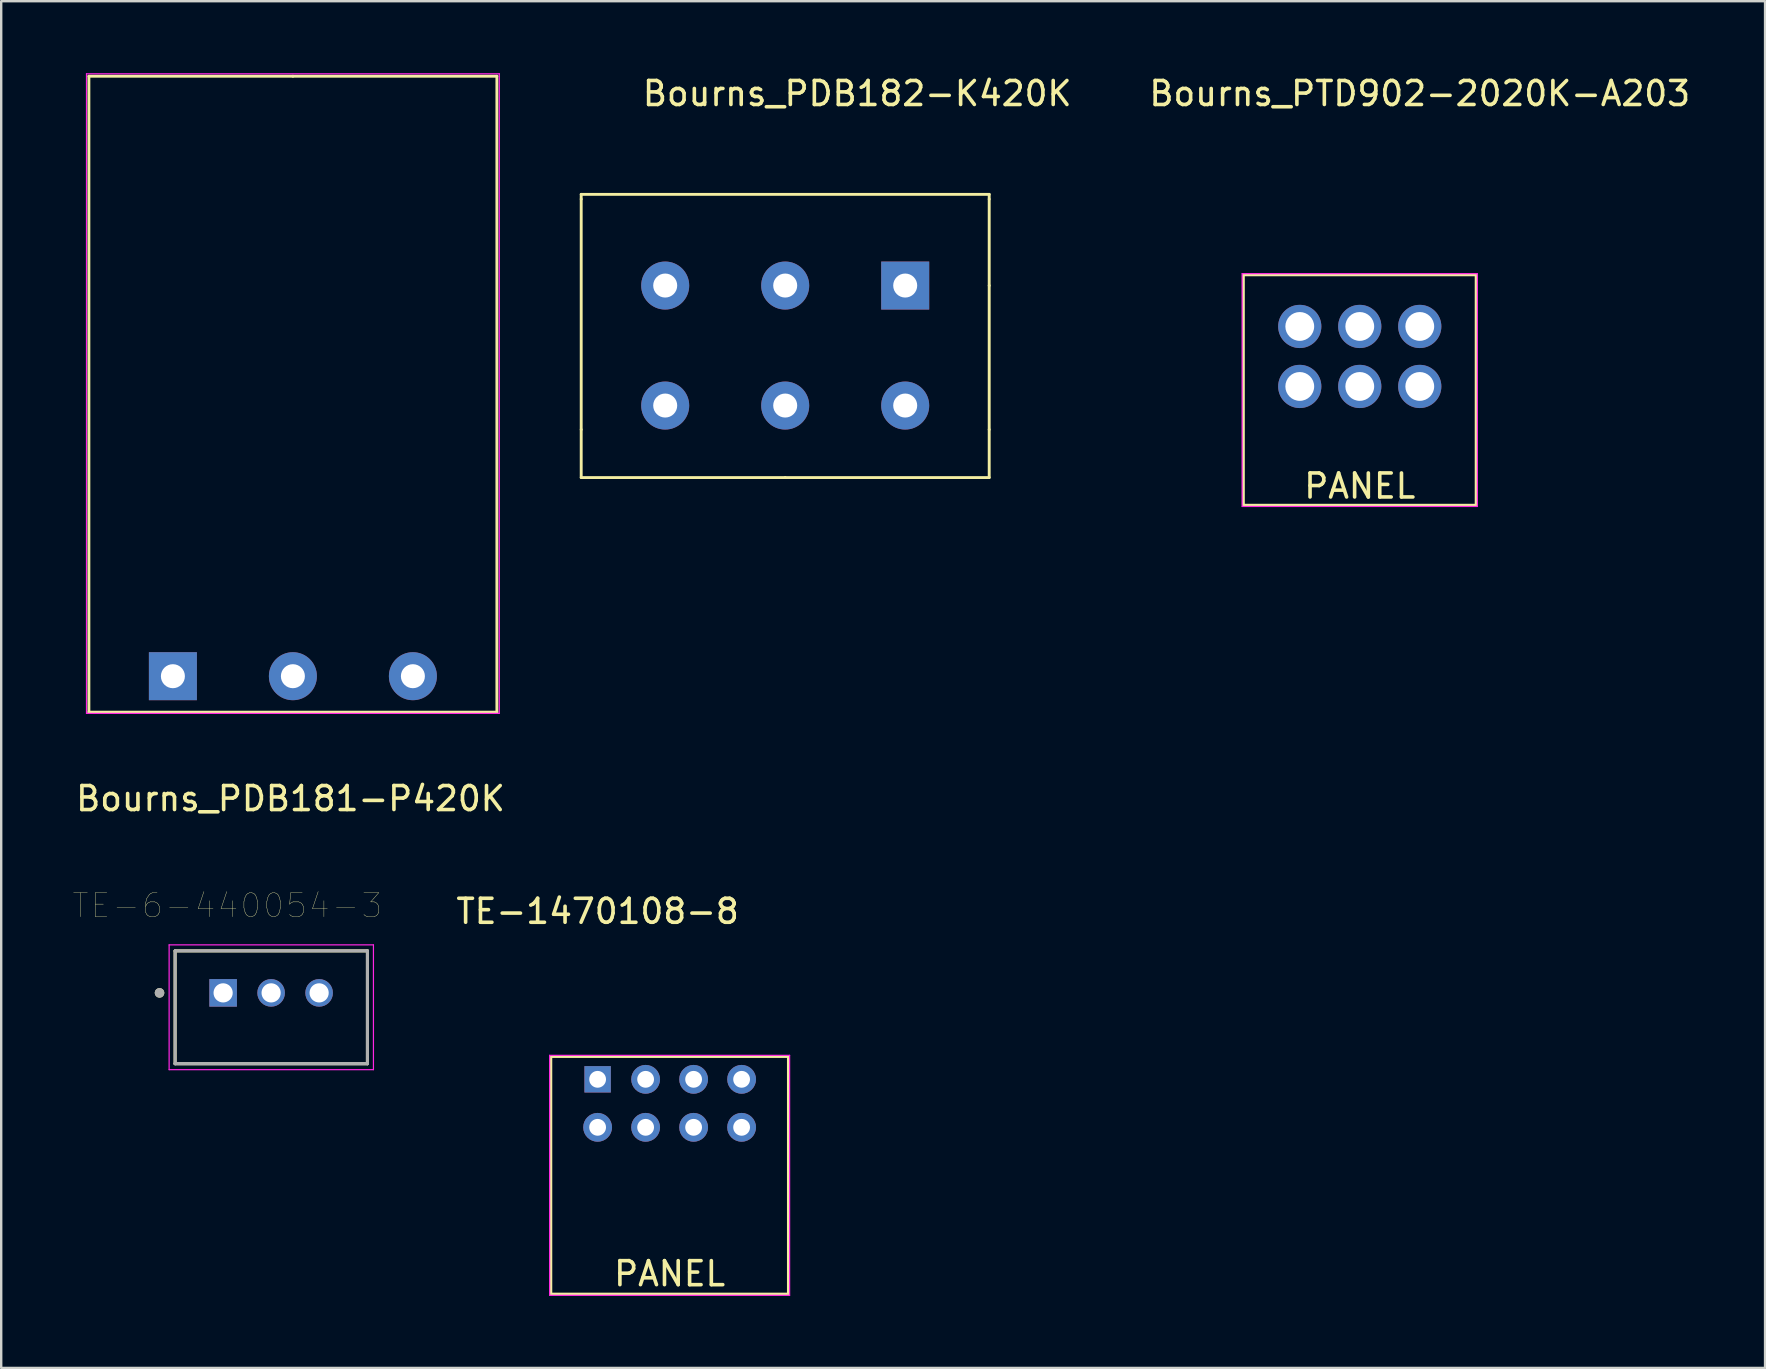
<source format=kicad_pcb>
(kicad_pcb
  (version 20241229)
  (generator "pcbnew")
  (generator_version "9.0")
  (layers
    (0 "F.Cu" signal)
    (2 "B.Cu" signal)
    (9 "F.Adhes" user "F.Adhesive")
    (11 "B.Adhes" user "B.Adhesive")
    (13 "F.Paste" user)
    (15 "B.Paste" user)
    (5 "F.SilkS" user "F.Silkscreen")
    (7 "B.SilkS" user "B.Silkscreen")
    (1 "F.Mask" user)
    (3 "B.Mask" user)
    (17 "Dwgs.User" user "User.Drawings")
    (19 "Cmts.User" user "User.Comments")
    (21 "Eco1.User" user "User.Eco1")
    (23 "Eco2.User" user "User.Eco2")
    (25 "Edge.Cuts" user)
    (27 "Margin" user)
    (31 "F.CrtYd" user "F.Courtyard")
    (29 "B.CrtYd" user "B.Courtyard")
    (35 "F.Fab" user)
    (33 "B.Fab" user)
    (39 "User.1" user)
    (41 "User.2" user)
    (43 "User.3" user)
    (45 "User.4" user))
  (footprint "TE-1470108-8"
    (layer "F.Cu")
    (at 21.851 41.922)
    (property "Reference" "TE-1470108-8" (at 0 -7 0) (layer "F.SilkS") (effects (font (size 1 1) (thickness 0.15))))
    (attr through_hole)
    (fp_line (start -1.95 -0.95) (end -1.95 8.95) (stroke (width 0.12) (type solid)) (layer "F.SilkS"))
    (fp_line (start -1.95 8.95) (end 7.95 8.95) (stroke (width 0.12) (type solid)) (layer "F.SilkS"))
    (fp_line (start 7.95 -0.95) (end -1.95 -0.95) (stroke (width 0.12) (type solid)) (layer "F.SilkS"))
    (fp_line (start 7.95 8.95) (end 7.95 -0.95) (stroke (width 0.12) (type solid)) (layer "F.SilkS"))
    (fp_line (start -2 -1) (end 8 -1) (stroke (width 0.05) (type solid)) (layer "F.CrtYd"))
    (fp_line (start -2 9) (end -2 -1) (stroke (width 0.05) (type solid)) (layer "F.CrtYd"))
    (fp_line (start -2 9) (end 8 9) (stroke (width 0.05) (type solid)) (layer "F.CrtYd"))
    (fp_line (start 8 9) (end 8 -1) (stroke (width 0.05) (type solid)) (layer "F.CrtYd"))
    (fp_text user "PANEL" (at 3 8.1 0) (layer "F.SilkS") (effects (font (size 1 1) (thickness 0.15))))
    (pad "1" thru_hole rect (at 0 0) (size 1.1 1.1) (drill 0.7) (layers "*.Cu" "*.Mask"))
    (pad "2" thru_hole circle (at 0 2) (size 1.2 1.2) (drill 0.7) (layers "*.Cu" "*.Mask"))
    (pad "3" thru_hole circle (at 2 0) (size 1.2 1.2) (drill 0.7) (layers "*.Cu" "*.Mask"))
    (pad "4" thru_hole circle (at 2 2) (size 1.2 1.2) (drill 0.7) (layers "*.Cu" "*.Mask"))
    (pad "5" thru_hole circle (at 4 0) (size 1.2 1.2) (drill 0.7) (layers "*.Cu" "*.Mask"))
    (pad "6" thru_hole circle (at 4 2) (size 1.2 1.2) (drill 0.7) (layers "*.Cu" "*.Mask"))
    (pad "7" thru_hole circle (at 6 0) (size 1.2 1.2) (drill 0.7) (layers "*.Cu" "*.Mask"))
    (pad "8" thru_hole circle (at 6 2) (size 1.2 1.2) (drill 0.7) (layers "*.Cu" "*.Mask")))
  (footprint "Bourns_PDB182-K420K"
    (layer "F.Cu")
    (at 29.667 8.848)
    (property "Reference" "Bourns_PDB182-K420K" (at 3 -8 0) (layer "F.SilkS") (effects (font (size 1 1) (thickness 0.15))))
    (attr through_hole)
    (fp_line (start -8.5 -3.8) (end -8.5 -3.6) (stroke (width 0.12) (type solid)) (layer "F.SilkS"))
    (fp_line (start -8.5 -3.6) (end -8.5 6) (stroke (width 0.12) (type solid)) (layer "F.SilkS"))
    (fp_line (start -8.5 8) (end -8.5 6) (stroke (width 0.12) (type solid)) (layer "F.SilkS"))
    (fp_line (start -8.5 8) (end 0 8) (stroke (width 0.12) (type solid)) (layer "F.SilkS"))
    (fp_line (start 0 8) (end 8.5 8) (stroke (width 0.12) (type solid)) (layer "F.SilkS"))
    (fp_line (start 8.5 -3.8) (end -8.5 -3.8) (stroke (width 0.12) (type solid)) (layer "F.SilkS"))
    (fp_line (start 8.5 -3.6) (end 8.5 -3.8) (stroke (width 0.12) (type solid)) (layer "F.SilkS"))
    (fp_line (start 8.5 0) (end 8.5 -3.6) (stroke (width 0.12) (type solid)) (layer "F.SilkS"))
    (fp_line (start 8.5 6) (end 8.5 0) (stroke (width 0.12) (type solid)) (layer "F.SilkS"))
    (fp_line (start 8.5 6) (end 8.5 8) (stroke (width 0.12) (type solid)) (layer "F.SilkS"))
    (pad "1" thru_hole rect (at 5 0) (size 2 2) (drill 1) (layers "*.Cu" "*.Mask"))
    (pad "2" thru_hole circle (at 0 0) (size 2 2) (drill 1) (layers "*.Cu" "*.Mask"))
    (pad "3" thru_hole circle (at -5 0) (size 2 2) (drill 1) (layers "*.Cu" "*.Mask"))
    (pad "4" thru_hole circle (at 5 5) (size 2 2) (drill 1) (layers "*.Cu" "*.Mask"))
    (pad "5" thru_hole circle (at 0 5 180) (size 2 2) (drill 1) (layers "*.Cu" "*.Mask"))
    (pad "6" thru_hole circle (at -5 5) (size 2 2) (drill 1) (layers "*.Cu" "*.Mask")))
  (footprint "TE-6-440054-3"
    (layer "F.Cu")
    (at 6.247 38.32)
    (property "Reference" "TE-6-440054-3" (at 0.175 -3.635 0) (layer "F.SilkS") (effects (font (size 1 1) (thickness 0.015))))
    (attr through_hole)
    (fp_line (start -2 2.95) (end -2 -1.75) (stroke (width 0.127) (type solid)) (layer "F.SilkS"))
    (fp_line (start 6.013 -1.75) (end -2 -1.75) (stroke (width 0.127) (type solid)) (layer "F.SilkS"))
    (fp_line (start 6.013 -1.75) (end 6.013 2.95) (stroke (width 0.127) (type solid)) (layer "F.SilkS"))
    (fp_line (start 6.013 2.95) (end -2 2.95) (stroke (width 0.127) (type solid)) (layer "F.SilkS"))
    (fp_circle (center -2.65 0) (end -2.55 0) (stroke (width 0.2) (type solid)) (fill no) (layer "F.SilkS"))
    (fp_line (start -2.25 -2) (end 6.263 -2) (stroke (width 0.05) (type solid)) (layer "F.CrtYd"))
    (fp_line (start -2.25 3.2) (end -2.25 -2) (stroke (width 0.05) (type solid)) (layer "F.CrtYd"))
    (fp_line (start 6.263 -2) (end 6.263 3.2) (stroke (width 0.05) (type solid)) (layer "F.CrtYd"))
    (fp_line (start 6.263 3.2) (end -2.25 3.2) (stroke (width 0.05) (type solid)) (layer "F.CrtYd"))
    (fp_line (start -2 -1.75) (end 6.013 -1.75) (stroke (width 0.127) (type solid)) (layer "F.Fab"))
    (fp_line (start -2 2.95) (end -2 -1.75) (stroke (width 0.127) (type solid)) (layer "F.Fab"))
    (fp_line (start -2 2.95) (end -2 2.95) (stroke (width 0.127) (type solid)) (layer "F.Fab"))
    (fp_line (start -2 2.95) (end 6.013 2.95) (stroke (width 0.127) (type solid)) (layer "F.Fab"))
    (fp_line (start 6.013 -1.75) (end 6.013 2.95) (stroke (width 0.127) (type solid)) (layer "F.Fab"))
    (fp_line (start 6.013 2.95) (end -2 2.95) (stroke (width 0.127) (type solid)) (layer "F.Fab"))
    (fp_line (start 6.013 2.95) (end 6.013 2.95) (stroke (width 0.127) (type solid)) (layer "F.Fab"))
    (fp_circle (center -2.65 0) (end -2.55 0) (stroke (width 0.2) (type solid)) (fill no) (layer "F.Fab"))
    (pad "1" thru_hole rect (at 0 0) (size 1.15 1.15) (drill 0.8) (layers "*.Cu" "*.Mask"))
    (pad "2" thru_hole circle (at 2 0) (size 1.15 1.15) (drill 0.8) (layers "*.Cu" "*.Mask"))
    (pad "3" thru_hole circle (at 4 0) (size 1.15 1.15) (drill 0.8) (layers "*.Cu" "*.Mask")))
  (footprint "Bourns_PTD902-2020K-A203"
    (layer "F.Cu")
    (at 53.607 13.052)
    (property "Reference" "Bourns_PTD902-2020K-A203" (at 2.5 -12.204 0) (layer "F.SilkS") (effects (font (size 1 1) (thickness 0.15))))
    (attr through_hole)
    (fp_line (start -4.85 -4.65) (end 4.85 -4.65) (stroke (width 0.12) (type solid)) (layer "F.SilkS"))
    (fp_line (start -4.85 4.95) (end -4.85 -4.65) (stroke (width 0.12) (type solid)) (layer "F.SilkS"))
    (fp_line (start 4.85 -4.65) (end 4.85 4.95) (stroke (width 0.12) (type solid)) (layer "F.SilkS"))
    (fp_line (start 4.85 4.95) (end -4.85 4.95) (stroke (width 0.12) (type solid)) (layer "F.SilkS"))
    (fp_line (start -4.9 -4.7) (end 4.9 -4.7) (stroke (width 0.05) (type solid)) (layer "F.CrtYd"))
    (fp_line (start -4.9 5) (end -4.9 -4.7) (stroke (width 0.05) (type solid)) (layer "F.CrtYd"))
    (fp_line (start -4.9 5) (end 4.9 5) (stroke (width 0.05) (type solid)) (layer "F.CrtYd"))
    (fp_line (start 4.9 5) (end 4.9 -4.7) (stroke (width 0.05) (type solid)) (layer "F.CrtYd"))
    (fp_text user "PANEL" (at 0 4.15 0) (layer "F.SilkS") (effects (font (size 1 1) (thickness 0.15))))
    (pad "1" thru_hole circle (at -2.5 -2.5) (size 1.8 1.8) (drill 1.2) (layers "*.Cu" "*.Mask"))
    (pad "2" thru_hole circle (at 0 -2.5) (size 1.8 1.8) (drill 1.2) (layers "*.Cu" "*.Mask"))
    (pad "3" thru_hole circle (at 2.5 -2.5) (size 1.8 1.8) (drill 1.2) (layers "*.Cu" "*.Mask"))
    (pad "4" thru_hole circle (at -2.5 0) (size 1.8 1.8) (drill 1.2) (layers "*.Cu" "*.Mask"))
    (pad "5" thru_hole circle (at 0 0) (size 1.8 1.8) (drill 1.2) (layers "*.Cu" "*.Mask"))
    (pad "6" thru_hole circle (at 2.5 0) (size 1.8 1.8) (drill 1.2) (layers "*.Cu" "*.Mask")))
  (footprint "Bourns_PDB181-P420K"
    (layer "F.Cu")
    (at 9.154 25.125)
    (property "Reference" "Bourns_PDB181-P420K" (at -0.1 5.1 0) (layer "F.SilkS") (effects (font (size 1 1) (thickness 0.15))))
    (attr through_hole)
    (fp_line (start -8.5 -25) (end -8.5 1.5) (stroke (width 0.12) (type solid)) (layer "F.SilkS"))
    (fp_line (start -8.5 1.5) (end 8.5 1.5) (stroke (width 0.12) (type solid)) (layer "F.SilkS"))
    (fp_line (start 0 -25) (end -8.5 -25) (stroke (width 0.12) (type solid)) (layer "F.SilkS"))
    (fp_line (start 8.5 -25) (end 0 -25) (stroke (width 0.12) (type solid)) (layer "F.SilkS"))
    (fp_line (start 8.5 1.5) (end 8.5 -25) (stroke (width 0.12) (type solid)) (layer "F.SilkS"))
    (fp_line (start -8.6 -25.1) (end -8.6 1.55) (stroke (width 0.05) (type solid)) (layer "F.CrtYd"))
    (fp_line (start -8.6 -25.1) (end 8.6 -25.1) (stroke (width 0.05) (type solid)) (layer "F.CrtYd"))
    (fp_line (start -8.6 1.55) (end 8.6 1.55) (stroke (width 0.05) (type solid)) (layer "F.CrtYd"))
    (fp_line (start 8.6 -25.1) (end 8.6 1.55) (stroke (width 0.05) (type solid)) (layer "F.CrtYd"))
    (pad "1" thru_hole rect (at -5 0 180) (size 2 2) (drill 1) (layers "*.Cu" "*.Mask"))
    (pad "2" thru_hole circle (at 0 0 180) (size 2 2) (drill 1) (layers "*.Cu" "*.Mask"))
    (pad "3" thru_hole circle (at 5 0 180) (size 2 2) (drill 1) (layers "*.Cu" "*.Mask")))
  (gr_rect
    (start -3 -3)
    (end 70.495 53.947)
    (stroke (width 0.1) (type default))
    (fill no)
    (layer "Edge.Cuts")))
</source>
